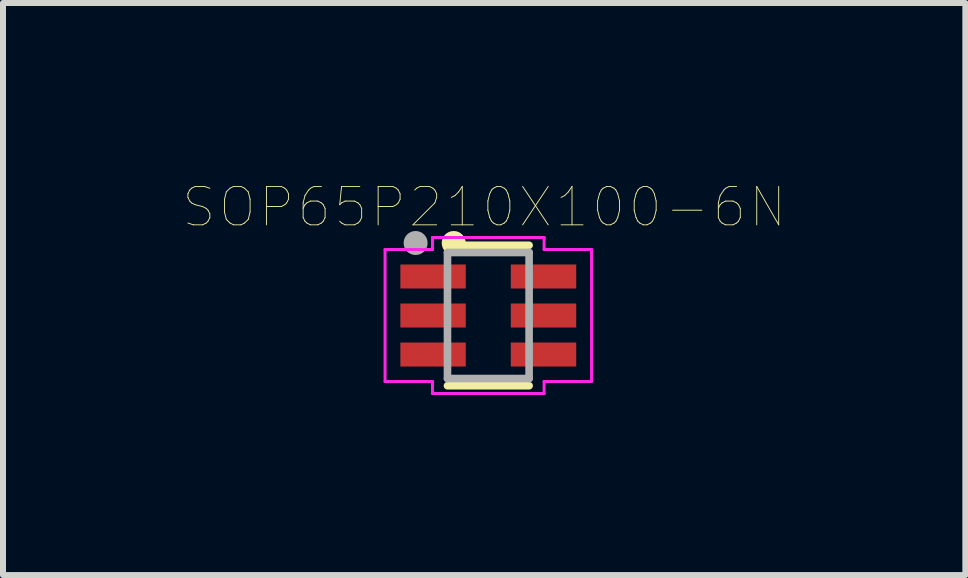
<source format=kicad_pcb>
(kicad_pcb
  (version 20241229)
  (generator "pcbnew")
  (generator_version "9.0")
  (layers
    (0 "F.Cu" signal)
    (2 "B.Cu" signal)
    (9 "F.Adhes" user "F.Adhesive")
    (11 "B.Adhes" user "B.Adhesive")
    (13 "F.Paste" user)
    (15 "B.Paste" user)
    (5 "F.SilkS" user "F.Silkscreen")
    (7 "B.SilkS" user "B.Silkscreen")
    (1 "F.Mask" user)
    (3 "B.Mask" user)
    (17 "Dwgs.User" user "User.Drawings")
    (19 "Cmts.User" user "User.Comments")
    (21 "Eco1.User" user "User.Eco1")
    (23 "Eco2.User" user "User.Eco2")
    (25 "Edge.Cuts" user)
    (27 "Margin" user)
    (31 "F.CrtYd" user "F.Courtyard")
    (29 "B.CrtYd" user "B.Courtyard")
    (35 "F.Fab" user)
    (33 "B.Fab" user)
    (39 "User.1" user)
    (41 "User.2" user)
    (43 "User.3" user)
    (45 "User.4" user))
  (footprint "SOP65P210X100-6N"
    (layer "F.Cu")
    (at 5.086 2.207)
    (property "Reference" "SOP65P210X100-6N" (at -0.068 -1.806 0) (layer "F.SilkS") (effects (font (size 0.64 0.64) (thickness 0.015))))
    (attr through_hole)
    (fp_line (start -0.68 -1.17) (end 0.68 -1.17) (stroke (width 0.127) (type solid)) (layer "F.SilkS"))
    (fp_line (start -0.68 1.17) (end 0.68 1.17) (stroke (width 0.127) (type solid)) (layer "F.SilkS"))
    (fp_circle (center -0.576 -1.208) (end -0.476 -1.208) (stroke (width 0.2) (type solid)) (fill no) (layer "F.SilkS"))
    (fp_line (start -1.72 -1.1) (end -0.93 -1.1) (stroke (width 0.05) (type solid)) (layer "F.CrtYd"))
    (fp_line (start -1.72 1.1) (end -1.72 -1.1) (stroke (width 0.05) (type solid)) (layer "F.CrtYd"))
    (fp_line (start -0.93 -1.3) (end 0.93 -1.3) (stroke (width 0.05) (type solid)) (layer "F.CrtYd"))
    (fp_line (start -0.93 -1.1) (end -0.93 -1.3) (stroke (width 0.05) (type solid)) (layer "F.CrtYd"))
    (fp_line (start -0.93 1.1) (end -1.72 1.1) (stroke (width 0.05) (type solid)) (layer "F.CrtYd"))
    (fp_line (start -0.93 1.3) (end -0.93 1.1) (stroke (width 0.05) (type solid)) (layer "F.CrtYd"))
    (fp_line (start 0.93 -1.3) (end 0.93 -1.1) (stroke (width 0.05) (type solid)) (layer "F.CrtYd"))
    (fp_line (start 0.93 -1.1) (end 1.72 -1.1) (stroke (width 0.05) (type solid)) (layer "F.CrtYd"))
    (fp_line (start 0.93 1.1) (end 0.93 1.3) (stroke (width 0.05) (type solid)) (layer "F.CrtYd"))
    (fp_line (start 0.93 1.3) (end -0.93 1.3) (stroke (width 0.05) (type solid)) (layer "F.CrtYd"))
    (fp_line (start 1.72 1.1) (end 0.93 1.1) (stroke (width 0.05) (type solid)) (layer "F.CrtYd"))
    (fp_line (start 1.72 1.1) (end 1.72 -1.1) (stroke (width 0.05) (type solid)) (layer "F.CrtYd"))
    (fp_line (start -0.68 -1.05) (end 0.68 -1.05) (stroke (width 0.127) (type solid)) (layer "F.Fab"))
    (fp_line (start -0.68 1.05) (end -0.68 -1.05) (stroke (width 0.127) (type solid)) (layer "F.Fab"))
    (fp_line (start 0.68 -1.05) (end 0.68 1.05) (stroke (width 0.127) (type solid)) (layer "F.Fab"))
    (fp_line (start 0.68 1.05) (end -0.68 1.05) (stroke (width 0.127) (type solid)) (layer "F.Fab"))
    (fp_circle (center -1.211 -1.208) (end -1.111 -1.208) (stroke (width 0.2) (type solid)) (fill no) (layer "F.Fab"))
    (pad "1" smd rect (at -0.92 -0.65) (size 1.09 0.4) (layers "F.Cu" "F.Mask" "F.Paste"))
    (pad "2" smd rect (at -0.92 0) (size 1.09 0.4) (layers "F.Cu" "F.Mask" "F.Paste"))
    (pad "3" smd rect (at -0.92 0.65) (size 1.09 0.4) (layers "F.Cu" "F.Mask" "F.Paste"))
    (pad "4" smd rect (at 0.92 0.65) (size 1.09 0.4) (layers "F.Cu" "F.Mask" "F.Paste"))
    (pad "5" smd rect (at 0.92 0) (size 1.09 0.4) (layers "F.Cu" "F.Mask" "F.Paste"))
    (pad "6" smd rect (at 0.92 -0.65) (size 1.09 0.4) (layers "F.Cu" "F.Mask" "F.Paste")))
  (gr_rect
    (start -3 -3)
    (end 13.035 6.532)
    (stroke (width 0.1) (type default))
    (fill no)
    (layer "Edge.Cuts")))
</source>
